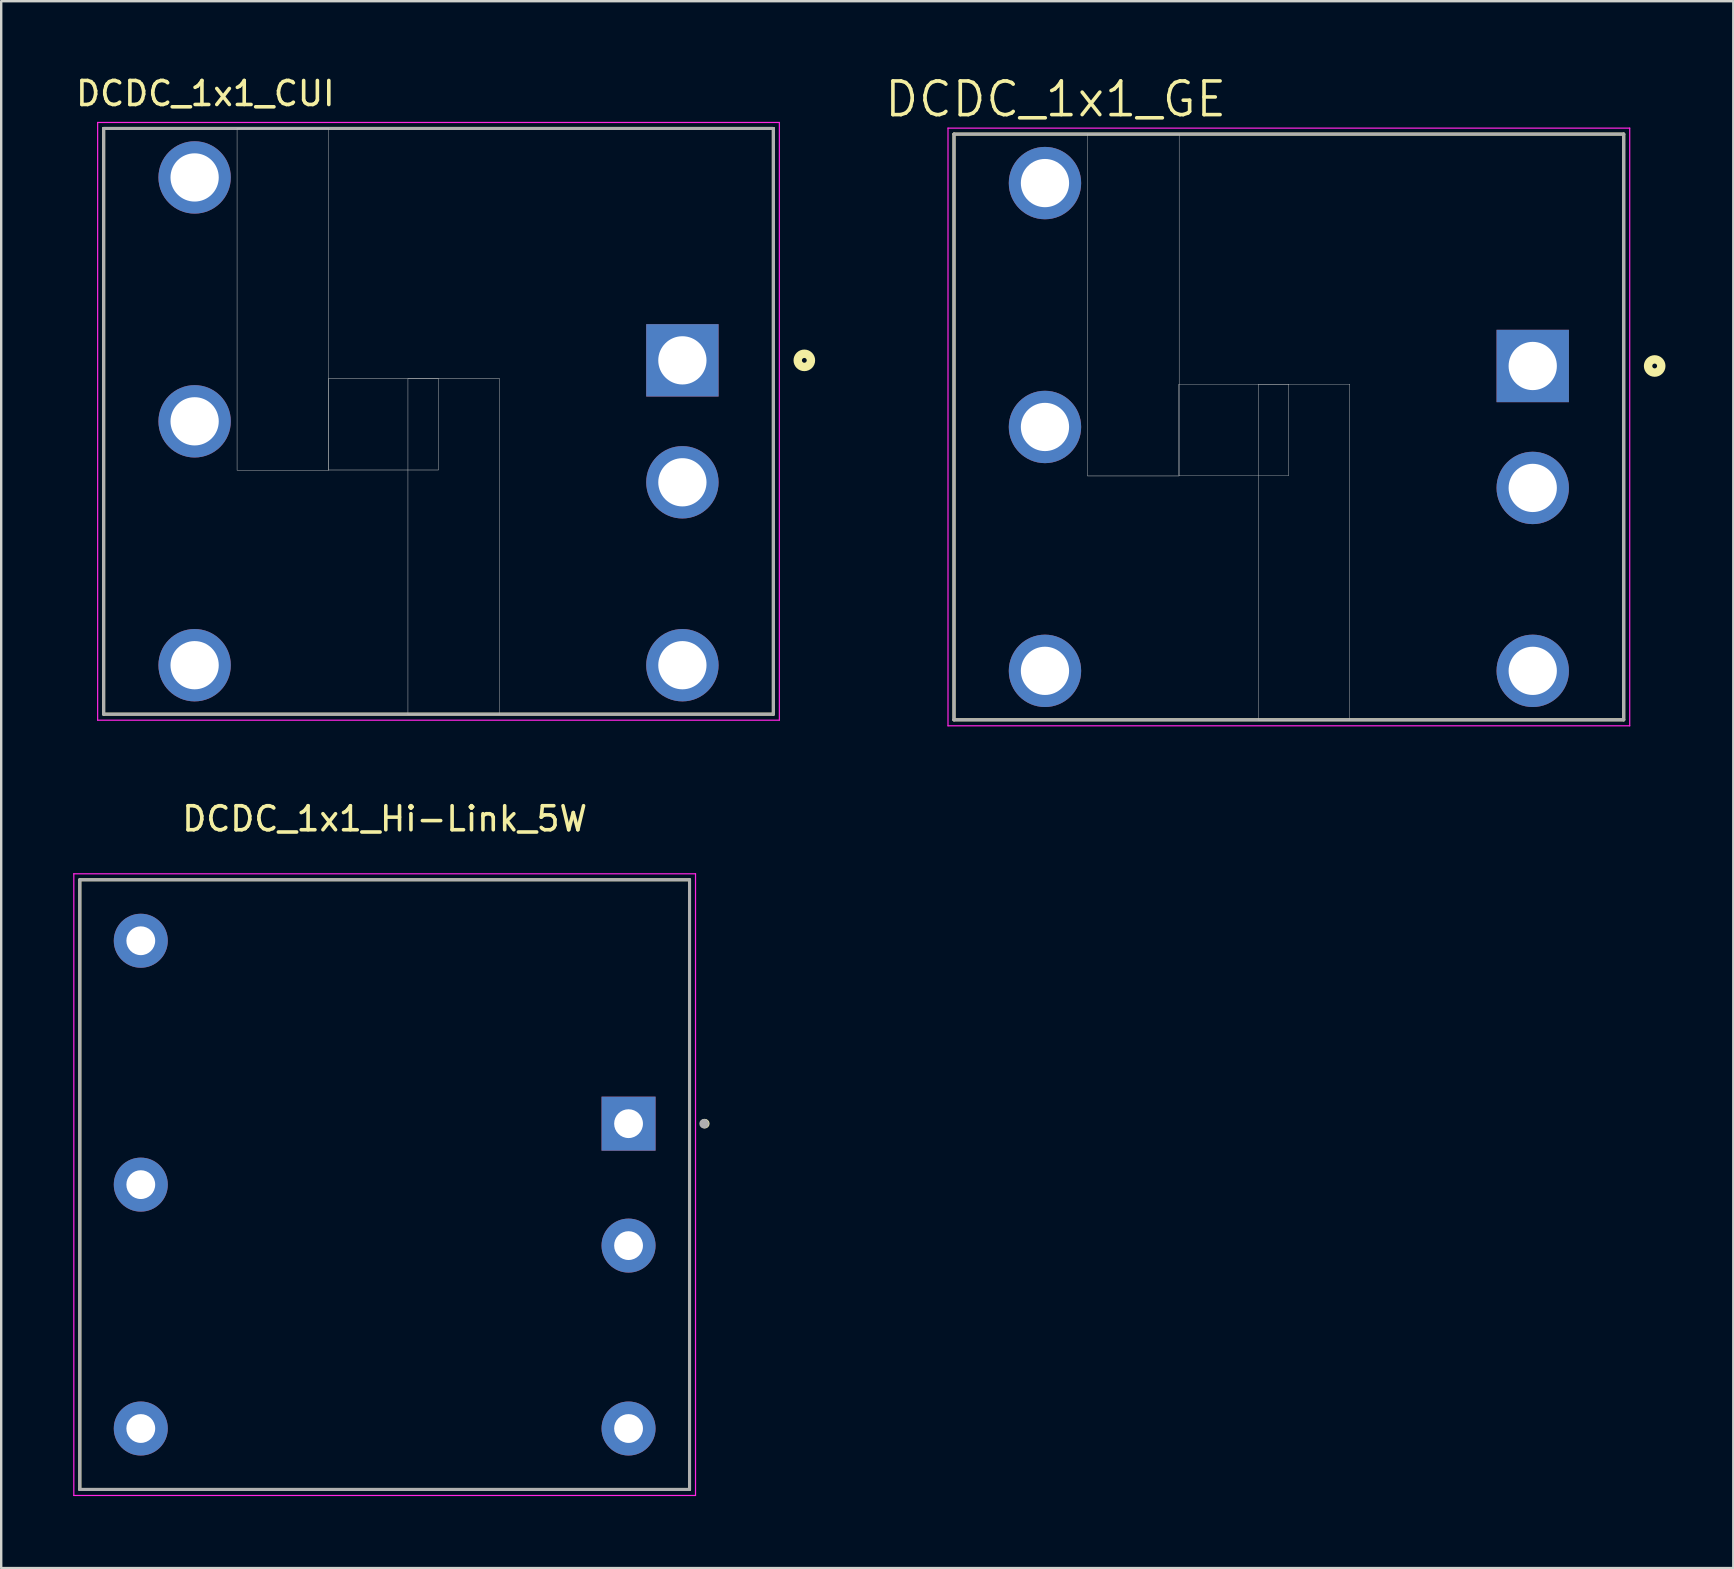
<source format=kicad_pcb>
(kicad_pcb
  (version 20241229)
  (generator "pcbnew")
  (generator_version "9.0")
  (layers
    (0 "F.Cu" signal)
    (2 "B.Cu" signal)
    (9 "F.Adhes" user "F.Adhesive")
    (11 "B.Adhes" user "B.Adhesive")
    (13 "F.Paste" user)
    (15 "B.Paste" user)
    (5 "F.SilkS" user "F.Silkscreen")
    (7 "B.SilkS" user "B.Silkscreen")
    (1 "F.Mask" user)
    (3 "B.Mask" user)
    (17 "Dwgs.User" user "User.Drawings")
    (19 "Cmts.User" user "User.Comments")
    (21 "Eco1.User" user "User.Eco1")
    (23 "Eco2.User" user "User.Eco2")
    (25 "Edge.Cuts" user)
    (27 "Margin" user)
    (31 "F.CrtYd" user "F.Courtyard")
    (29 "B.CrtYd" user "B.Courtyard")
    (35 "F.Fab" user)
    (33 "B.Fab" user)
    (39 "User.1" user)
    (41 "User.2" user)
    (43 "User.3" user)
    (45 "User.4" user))
  (footprint "DCDC_1x1_GE"
    (layer "F.Cu")
    (at 50.643 14.737)
    (property "Reference" "DCDC_1x1_GE" (at -9.713 -13.654 0) (layer "F.SilkS") (effects (font (size 1.403 1.403) (thickness 0.15))))
    (attr through_hole)
    (fp_line (start -13.95 -12.2) (end 13.95 -12.2) (stroke (width 0.127) (type solid)) (layer "F.SilkS"))
    (fp_line (start -13.95 12.2) (end -13.95 -12.2) (stroke (width 0.127) (type solid)) (layer "F.SilkS"))
    (fp_line (start 13.95 -12.2) (end 13.95 12.2) (stroke (width 0.127) (type solid)) (layer "F.SilkS"))
    (fp_line (start 13.95 12.2) (end -13.95 12.2) (stroke (width 0.127) (type solid)) (layer "F.SilkS"))
    (fp_circle (center 15.24 -2.54) (end 15.34 -2.54) (stroke (width 0.35) (type solid)) (fill no) (layer "F.SilkS"))
    (fp_poly (pts (xy -8.396 -12.2) (xy -4.572 -12.2) (xy -4.572 2.043) (xy -8.396 2.043)) (stroke (width 0.01) (type solid)) (fill no) (layer "Dwgs.User"))
    (fp_poly (pts (xy -8.385 -12.2) (xy -4.572 -12.2) (xy -4.572 2.041) (xy -8.385 2.041)) (stroke (width 0.01) (type solid)) (fill no) (layer "Dwgs.User"))
    (fp_poly (pts (xy -4.581 -1.786) (xy 0 -1.786) (xy 0 2.028) (xy -4.581 2.028)) (stroke (width 0.01) (type solid)) (fill no) (layer "Dwgs.User"))
    (fp_poly (pts (xy -4.581 -1.786) (xy 0 -1.786) (xy 0 2.028) (xy -4.581 2.028)) (stroke (width 0.01) (type solid)) (fill no) (layer "Dwgs.User"))
    (fp_poly (pts (xy -1.273 -1.786) (xy 2.54 -1.786) (xy 2.54 12.225) (xy -1.273 12.225)) (stroke (width 0.01) (type solid)) (fill no) (layer "Dwgs.User"))
    (fp_poly (pts (xy -1.272 -1.786) (xy 2.54 -1.786) (xy 2.54 12.215) (xy -1.272 12.215)) (stroke (width 0.01) (type solid)) (fill no) (layer "Dwgs.User"))
    (fp_line (start -14.2 -12.45) (end 14.2 -12.45) (stroke (width 0.05) (type solid)) (layer "F.CrtYd"))
    (fp_line (start -14.2 12.45) (end -14.2 -12.45) (stroke (width 0.05) (type solid)) (layer "F.CrtYd"))
    (fp_line (start 14.2 -12.45) (end 14.2 12.45) (stroke (width 0.05) (type solid)) (layer "F.CrtYd"))
    (fp_line (start 14.2 12.45) (end -14.2 12.45) (stroke (width 0.05) (type solid)) (layer "F.CrtYd"))
    (fp_line (start -13.95 -12.2) (end 13.95 -12.2) (stroke (width 0.127) (type solid)) (layer "F.Fab"))
    (fp_line (start -13.95 12.2) (end -13.95 -12.2) (stroke (width 0.127) (type solid)) (layer "F.Fab"))
    (fp_line (start 13.95 -12.2) (end 13.95 12.2) (stroke (width 0.127) (type solid)) (layer "F.Fab"))
    (fp_line (start 13.95 12.2) (end -13.95 12.2) (stroke (width 0.127) (type solid)) (layer "F.Fab"))
    (pad "1" thru_hole rect (at 10.16 -2.54) (size 3.015 3.015) (drill 2.01) (layers "*.Cu" "*.Mask"))
    (pad "2" thru_hole circle (at 10.16 2.54) (size 3.015 3.015) (drill 2.01) (layers "*.Cu" "*.Mask"))
    (pad "3" thru_hole circle (at 10.16 10.16) (size 3.015 3.015) (drill 2.01) (layers "*.Cu" "*.Mask"))
    (pad "4" thru_hole circle (at -10.16 10.16) (size 3.015 3.015) (drill 2.01) (layers "*.Cu" "*.Mask"))
    (pad "5" thru_hole circle (at -10.16 0) (size 3.015 3.015) (drill 2.01) (layers "*.Cu" "*.Mask"))
    (pad "6" thru_hole circle (at -10.16 -10.16) (size 3.015 3.015) (drill 2.01) (layers "*.Cu" "*.Mask")))
  (footprint "DCDC_1x1_CUI"
    (layer "F.Cu")
    (at 15.218 14.502)
    (property "Reference" "DCDC_1x1_CUI" (at -9.713 -13.654 0) (layer "F.SilkS") (effects (font (size 1 1) (thickness 0.15))))
    (attr through_hole)
    (fp_line (start -13.95 -12.2) (end 13.95 -12.2) (stroke (width 0.127) (type solid)) (layer "F.SilkS"))
    (fp_line (start -13.95 12.2) (end -13.95 -12.2) (stroke (width 0.127) (type solid)) (layer "F.SilkS"))
    (fp_line (start 13.95 -12.2) (end 13.95 12.2) (stroke (width 0.127) (type solid)) (layer "F.SilkS"))
    (fp_line (start 13.95 12.2) (end -13.95 12.2) (stroke (width 0.127) (type solid)) (layer "F.SilkS"))
    (fp_circle (center 15.24 -2.54) (end 15.34 -2.54) (stroke (width 0.35) (type solid)) (fill no) (layer "F.SilkS"))
    (fp_poly (pts (xy -8.396 -12.2) (xy -4.572 -12.2) (xy -4.572 2.043) (xy -8.396 2.043)) (stroke (width 0.01) (type solid)) (fill no) (layer "Dwgs.User"))
    (fp_poly (pts (xy -8.385 -12.2) (xy -4.572 -12.2) (xy -4.572 2.041) (xy -8.385 2.041)) (stroke (width 0.01) (type solid)) (fill no) (layer "Dwgs.User"))
    (fp_poly (pts (xy -4.581 -1.786) (xy 0 -1.786) (xy 0 2.028) (xy -4.581 2.028)) (stroke (width 0.01) (type solid)) (fill no) (layer "Dwgs.User"))
    (fp_poly (pts (xy -4.581 -1.786) (xy 0 -1.786) (xy 0 2.028) (xy -4.581 2.028)) (stroke (width 0.01) (type solid)) (fill no) (layer "Dwgs.User"))
    (fp_poly (pts (xy -1.273 -1.786) (xy 2.54 -1.786) (xy 2.54 12.225) (xy -1.273 12.225)) (stroke (width 0.01) (type solid)) (fill no) (layer "Dwgs.User"))
    (fp_poly (pts (xy -1.272 -1.786) (xy 2.54 -1.786) (xy 2.54 12.215) (xy -1.272 12.215)) (stroke (width 0.01) (type solid)) (fill no) (layer "Dwgs.User"))
    (fp_line (start -14.2 -12.45) (end 14.2 -12.45) (stroke (width 0.05) (type solid)) (layer "F.CrtYd"))
    (fp_line (start -14.2 12.45) (end -14.2 -12.45) (stroke (width 0.05) (type solid)) (layer "F.CrtYd"))
    (fp_line (start 14.2 -12.45) (end 14.2 12.45) (stroke (width 0.05) (type solid)) (layer "F.CrtYd"))
    (fp_line (start 14.2 12.45) (end -14.2 12.45) (stroke (width 0.05) (type solid)) (layer "F.CrtYd"))
    (fp_line (start -13.95 -12.2) (end 13.95 -12.2) (stroke (width 0.127) (type solid)) (layer "F.Fab"))
    (fp_line (start -13.95 12.2) (end -13.95 -12.2) (stroke (width 0.127) (type solid)) (layer "F.Fab"))
    (fp_line (start 13.95 -12.2) (end 13.95 12.2) (stroke (width 0.127) (type solid)) (layer "F.Fab"))
    (fp_line (start 13.95 12.2) (end -13.95 12.2) (stroke (width 0.127) (type solid)) (layer "F.Fab"))
    (pad "1" thru_hole rect (at 10.16 -2.54) (size 3.015 3.015) (drill 2.01) (layers "*.Cu" "*.Mask"))
    (pad "2" thru_hole circle (at 10.16 2.54) (size 3.015 3.015) (drill 2.01) (layers "*.Cu" "*.Mask"))
    (pad "3" thru_hole circle (at -10.16 -10.16) (size 3.015 3.015) (drill 2.01) (layers "*.Cu" "*.Mask"))
    (pad "4" thru_hole circle (at -10.16 0) (size 3.015 3.015) (drill 2.01) (layers "*.Cu" "*.Mask"))
    (pad "5" thru_hole circle (at -10.16 10.16) (size 3.015 3.015) (drill 2.01) (layers "*.Cu" "*.Mask"))
    (pad "6" thru_hole circle (at 10.16 10.16) (size 3.015 3.015) (drill 2.01) (layers "*.Cu" "*.Mask")))
  (footprint "DCDC_1x1_Hi-Link_5W"
    (layer "F.Cu")
    (at 12.975 46.301)
    (property "Reference" "DCDC_1x1_Hi-Link_5W" (at 0 -15.24 180) (layer "F.SilkS") (effects (font (size 1 1) (thickness 0.15))))
    (attr through_hole)
    (fp_line (start -12.7 -12.7) (end 12.7 -12.7) (stroke (width 0.127) (type solid)) (layer "F.SilkS"))
    (fp_line (start -12.7 12.7) (end -12.7 -12.7) (stroke (width 0.127) (type solid)) (layer "F.SilkS"))
    (fp_line (start 12.7 -12.7) (end 12.7 12.7) (stroke (width 0.127) (type solid)) (layer "F.SilkS"))
    (fp_line (start 12.7 12.7) (end -12.7 12.7) (stroke (width 0.127) (type solid)) (layer "F.SilkS"))
    (fp_circle (center 13.335 -2.54) (end 13.235 -2.54) (stroke (width 0.2) (type solid)) (fill no) (layer "F.SilkS"))
    (fp_line (start -12.95 -12.95) (end 12.95 -12.95) (stroke (width 0.05) (type solid)) (layer "F.CrtYd"))
    (fp_line (start -12.95 12.95) (end -12.95 -12.95) (stroke (width 0.05) (type solid)) (layer "F.CrtYd"))
    (fp_line (start 12.95 -12.95) (end 12.95 12.95) (stroke (width 0.05) (type solid)) (layer "F.CrtYd"))
    (fp_line (start 12.95 12.95) (end -12.95 12.95) (stroke (width 0.05) (type solid)) (layer "F.CrtYd"))
    (fp_line (start -12.7 -12.7) (end -12.7 12.7) (stroke (width 0.127) (type solid)) (layer "F.Fab"))
    (fp_line (start 12.7 -12.7) (end -12.7 -12.7) (stroke (width 0.127) (type solid)) (layer "F.Fab"))
    (fp_line (start 12.7 12.7) (end -12.7 12.7) (stroke (width 0.127) (type solid)) (layer "F.Fab"))
    (fp_line (start 12.7 12.7) (end 12.7 -12.7) (stroke (width 0.127) (type solid)) (layer "F.Fab"))
    (fp_circle (center 13.308 -2.54) (end 13.208 -2.54) (stroke (width 0.2) (type solid)) (fill no) (layer "F.Fab"))
    (pad "1" thru_hole rect (at 10.16 -2.54 180) (size 2.25 2.25) (drill 1.2) (layers "*.Cu" "*.Mask"))
    (pad "2" thru_hole circle (at 10.16 2.54 180) (size 2.25 2.25) (drill 1.2) (layers "*.Cu" "*.Mask"))
    (pad "3" thru_hole circle (at 10.16 10.16 180) (size 2.25 2.25) (drill 1.2) (layers "*.Cu" "*.Mask"))
    (pad "4" thru_hole circle (at -10.16 10.16 180) (size 2.25 2.25) (drill 1.2) (layers "*.Cu" "*.Mask"))
    (pad "5" thru_hole circle (at -10.16 0 180) (size 2.25 2.25) (drill 1.2) (layers "*.Cu" "*.Mask"))
    (pad "6" thru_hole circle (at -10.16 -10.16 180) (size 2.25 2.25) (drill 1.2) (layers "*.Cu" "*.Mask")))
  (gr_rect
    (start -3 -3)
    (end 69.158 62.276)
    (stroke (width 0.1) (type default))
    (fill no)
    (layer "Edge.Cuts")))
</source>
